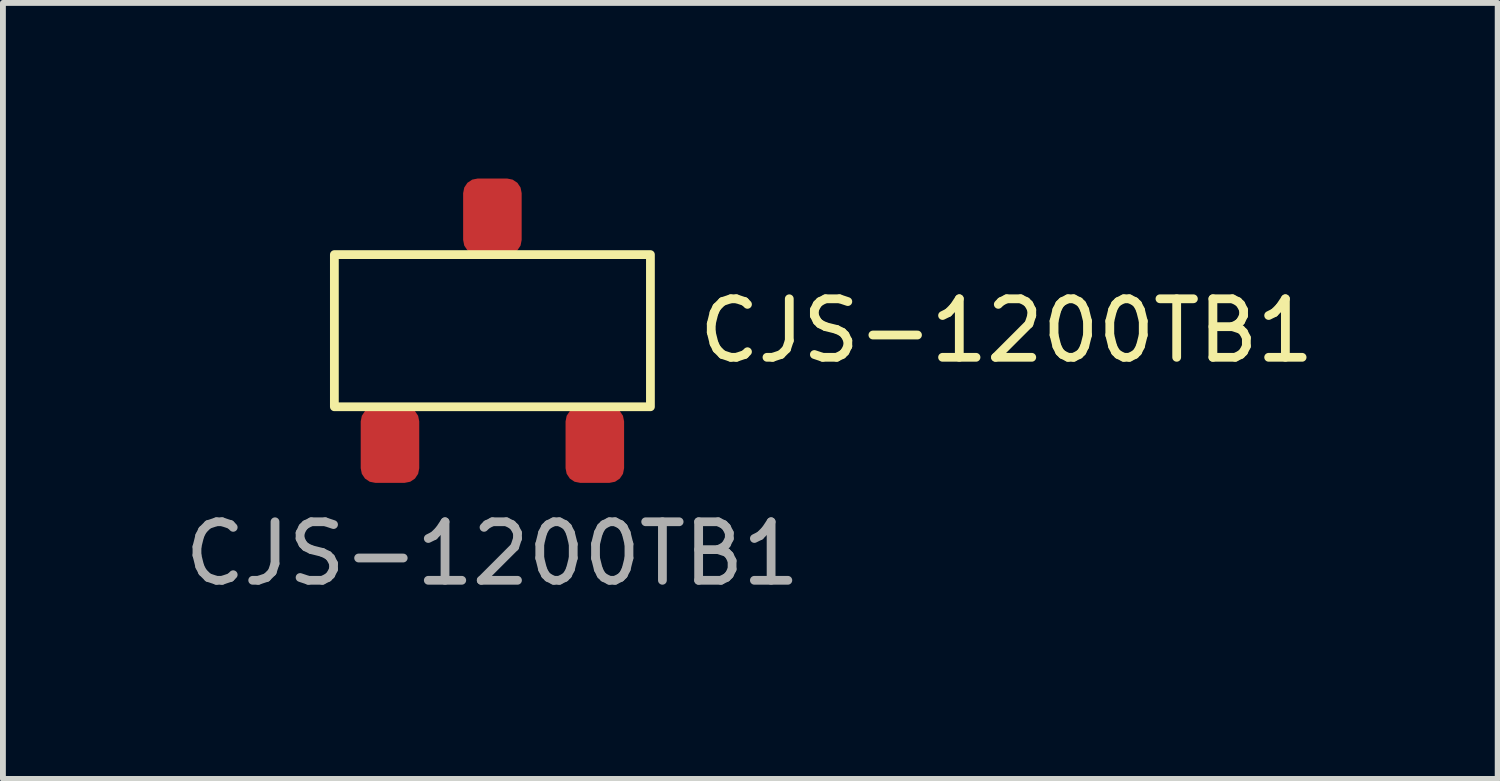
<source format=kicad_pcb>
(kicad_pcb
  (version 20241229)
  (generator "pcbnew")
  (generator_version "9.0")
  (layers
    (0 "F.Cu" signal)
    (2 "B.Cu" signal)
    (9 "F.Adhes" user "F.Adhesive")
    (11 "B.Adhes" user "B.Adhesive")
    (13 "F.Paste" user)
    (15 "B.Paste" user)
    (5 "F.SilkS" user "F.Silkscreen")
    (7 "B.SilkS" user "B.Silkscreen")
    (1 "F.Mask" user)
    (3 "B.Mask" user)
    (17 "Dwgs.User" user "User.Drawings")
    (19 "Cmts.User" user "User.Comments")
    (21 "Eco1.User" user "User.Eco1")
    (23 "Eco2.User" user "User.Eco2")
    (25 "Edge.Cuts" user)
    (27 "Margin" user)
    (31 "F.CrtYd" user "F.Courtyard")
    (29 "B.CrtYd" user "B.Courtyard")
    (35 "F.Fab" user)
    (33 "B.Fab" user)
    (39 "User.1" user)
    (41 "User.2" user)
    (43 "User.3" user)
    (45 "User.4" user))
  (footprint "CJS-1200TB1"
    (layer "F.Cu")
    (at 5.363 2.6)
    (property "Reference" "CJS-1200TB1" (at 3.45 0 0) (unlocked yes) (layer "F.SilkS") (effects (font (size 1 1) (thickness 0.15)) (justify left)))
    (attr smd)
    (fp_rect (start -2.7 -1.3) (end 2.7 1.3) (stroke (width 0.15) (type default)) (fill no) (layer "F.SilkS"))
    (fp_text user "${REFERENCE}" (at 0 3.81 0) (unlocked yes) (layer "F.Fab") (effects (font (size 1 1) (thickness 0.15))))
    (pad "1" smd roundrect (at -1.75 1.95) (size 1 1.3) (layers "F.Cu" "F.Mask" "F.Paste") (roundrect_rratio 0.25))
    (pad "2" smd roundrect (at 1.75 1.95) (size 1 1.3) (layers "F.Cu" "F.Mask" "F.Paste") (roundrect_rratio 0.25))
    (pad "3" smd roundrect (at 0 -1.95) (size 1 1.3) (layers "F.Cu" "F.Mask" "F.Paste") (roundrect_rratio 0.25)))
  (gr_rect
    (start -3 -3)
    (end 22.539 10.258)
    (stroke (width 0.1) (type default))
    (fill no)
    (layer "Edge.Cuts")))
</source>
